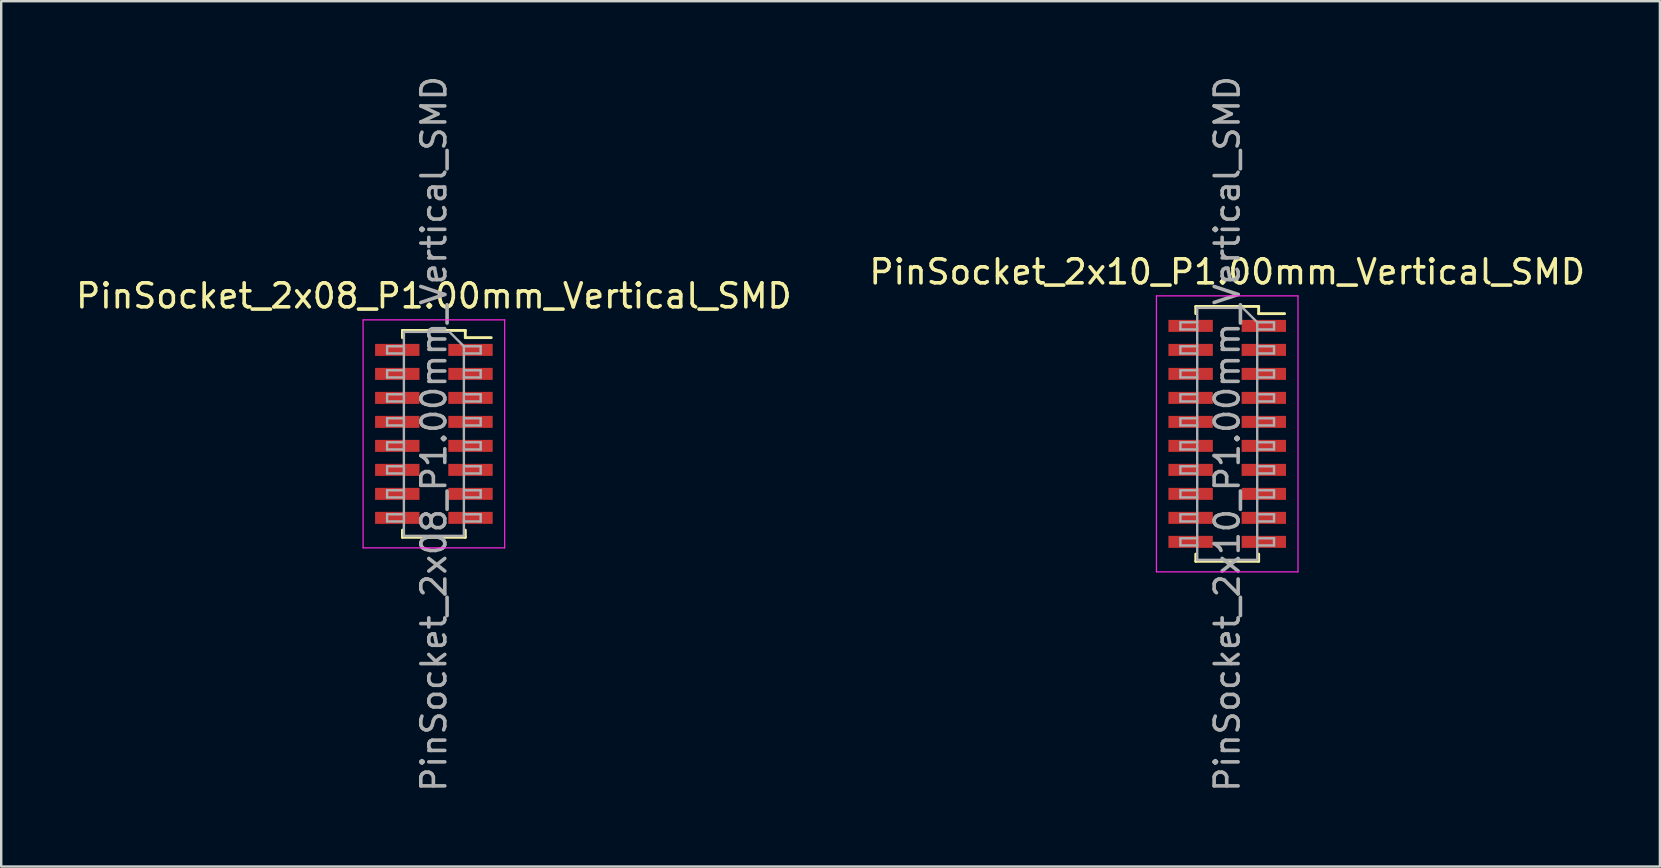
<source format=kicad_pcb>
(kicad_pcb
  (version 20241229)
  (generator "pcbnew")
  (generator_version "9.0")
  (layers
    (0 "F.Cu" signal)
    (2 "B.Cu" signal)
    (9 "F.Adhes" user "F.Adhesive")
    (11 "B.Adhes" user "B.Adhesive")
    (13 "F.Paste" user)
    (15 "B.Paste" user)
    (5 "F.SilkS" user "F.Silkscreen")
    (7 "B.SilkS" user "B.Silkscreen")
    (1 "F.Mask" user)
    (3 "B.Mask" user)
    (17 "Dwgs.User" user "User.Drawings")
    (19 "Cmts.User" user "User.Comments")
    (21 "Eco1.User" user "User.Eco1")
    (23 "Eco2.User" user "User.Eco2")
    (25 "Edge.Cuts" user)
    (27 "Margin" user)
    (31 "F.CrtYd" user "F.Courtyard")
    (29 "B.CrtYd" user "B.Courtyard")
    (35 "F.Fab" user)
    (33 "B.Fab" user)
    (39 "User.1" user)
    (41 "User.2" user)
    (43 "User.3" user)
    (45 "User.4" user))
  (footprint "PinSocket_2x10_P1.00mm_Vertical_SMD"
    (layer "F.Cu")
    (at 48.089 15.03)
    (property "Reference" "PinSocket_2x10_P1.00mm_Vertical_SMD" (at 0 -6.75 0) (layer "F.SilkS") (effects (font (size 1 1) (thickness 0.15))))
    (attr smd)
    (fp_line (start -1.31 -5.31) (end -1.31 -5.01) (stroke (width 0.12) (type solid)) (layer "F.SilkS"))
    (fp_line (start -1.31 -5.31) (end 1.31 -5.31) (stroke (width 0.12) (type solid)) (layer "F.SilkS"))
    (fp_line (start -1.31 5.01) (end -1.31 5.31) (stroke (width 0.12) (type solid)) (layer "F.SilkS"))
    (fp_line (start -1.31 5.31) (end 1.31 5.31) (stroke (width 0.12) (type solid)) (layer "F.SilkS"))
    (fp_line (start 1.31 -5.31) (end 1.31 -5.01) (stroke (width 0.12) (type solid)) (layer "F.SilkS"))
    (fp_line (start 1.31 -5.01) (end 2.39 -5.01) (stroke (width 0.12) (type solid)) (layer "F.SilkS"))
    (fp_line (start 1.31 5.01) (end 1.31 5.31) (stroke (width 0.12) (type solid)) (layer "F.SilkS"))
    (fp_line (start -2.95 -5.75) (end 2.95 -5.75) (stroke (width 0.05) (type solid)) (layer "F.CrtYd"))
    (fp_line (start -2.95 5.75) (end -2.95 -5.75) (stroke (width 0.05) (type solid)) (layer "F.CrtYd"))
    (fp_line (start 2.95 -5.75) (end 2.95 5.75) (stroke (width 0.05) (type solid)) (layer "F.CrtYd"))
    (fp_line (start 2.95 5.75) (end -2.95 5.75) (stroke (width 0.05) (type solid)) (layer "F.CrtYd"))
    (fp_line (start -1.95 -4.65) (end -1.25 -4.65) (stroke (width 0.1) (type solid)) (layer "F.Fab"))
    (fp_line (start -1.95 -4.35) (end -1.95 -4.65) (stroke (width 0.1) (type solid)) (layer "F.Fab"))
    (fp_line (start -1.95 -3.65) (end -1.25 -3.65) (stroke (width 0.1) (type solid)) (layer "F.Fab"))
    (fp_line (start -1.95 -3.35) (end -1.95 -3.65) (stroke (width 0.1) (type solid)) (layer "F.Fab"))
    (fp_line (start -1.95 -2.65) (end -1.25 -2.65) (stroke (width 0.1) (type solid)) (layer "F.Fab"))
    (fp_line (start -1.95 -2.35) (end -1.95 -2.65) (stroke (width 0.1) (type solid)) (layer "F.Fab"))
    (fp_line (start -1.95 -1.65) (end -1.25 -1.65) (stroke (width 0.1) (type solid)) (layer "F.Fab"))
    (fp_line (start -1.95 -1.35) (end -1.95 -1.65) (stroke (width 0.1) (type solid)) (layer "F.Fab"))
    (fp_line (start -1.95 -0.65) (end -1.25 -0.65) (stroke (width 0.1) (type solid)) (layer "F.Fab"))
    (fp_line (start -1.95 -0.35) (end -1.95 -0.65) (stroke (width 0.1) (type solid)) (layer "F.Fab"))
    (fp_line (start -1.95 0.35) (end -1.25 0.35) (stroke (width 0.1) (type solid)) (layer "F.Fab"))
    (fp_line (start -1.95 0.65) (end -1.95 0.35) (stroke (width 0.1) (type solid)) (layer "F.Fab"))
    (fp_line (start -1.95 1.35) (end -1.25 1.35) (stroke (width 0.1) (type solid)) (layer "F.Fab"))
    (fp_line (start -1.95 1.65) (end -1.95 1.35) (stroke (width 0.1) (type solid)) (layer "F.Fab"))
    (fp_line (start -1.95 2.35) (end -1.25 2.35) (stroke (width 0.1) (type solid)) (layer "F.Fab"))
    (fp_line (start -1.95 2.65) (end -1.95 2.35) (stroke (width 0.1) (type solid)) (layer "F.Fab"))
    (fp_line (start -1.95 3.35) (end -1.25 3.35) (stroke (width 0.1) (type solid)) (layer "F.Fab"))
    (fp_line (start -1.95 3.65) (end -1.95 3.35) (stroke (width 0.1) (type solid)) (layer "F.Fab"))
    (fp_line (start -1.95 4.35) (end -1.25 4.35) (stroke (width 0.1) (type solid)) (layer "F.Fab"))
    (fp_line (start -1.95 4.65) (end -1.95 4.35) (stroke (width 0.1) (type solid)) (layer "F.Fab"))
    (fp_line (start -1.25 -5.25) (end 0.65 -5.25) (stroke (width 0.1) (type solid)) (layer "F.Fab"))
    (fp_line (start -1.25 -4.35) (end -1.95 -4.35) (stroke (width 0.1) (type solid)) (layer "F.Fab"))
    (fp_line (start -1.25 -3.35) (end -1.95 -3.35) (stroke (width 0.1) (type solid)) (layer "F.Fab"))
    (fp_line (start -1.25 -2.35) (end -1.95 -2.35) (stroke (width 0.1) (type solid)) (layer "F.Fab"))
    (fp_line (start -1.25 -1.35) (end -1.95 -1.35) (stroke (width 0.1) (type solid)) (layer "F.Fab"))
    (fp_line (start -1.25 -0.35) (end -1.95 -0.35) (stroke (width 0.1) (type solid)) (layer "F.Fab"))
    (fp_line (start -1.25 0.65) (end -1.95 0.65) (stroke (width 0.1) (type solid)) (layer "F.Fab"))
    (fp_line (start -1.25 1.65) (end -1.95 1.65) (stroke (width 0.1) (type solid)) (layer "F.Fab"))
    (fp_line (start -1.25 2.65) (end -1.95 2.65) (stroke (width 0.1) (type solid)) (layer "F.Fab"))
    (fp_line (start -1.25 3.65) (end -1.95 3.65) (stroke (width 0.1) (type solid)) (layer "F.Fab"))
    (fp_line (start -1.25 4.65) (end -1.95 4.65) (stroke (width 0.1) (type solid)) (layer "F.Fab"))
    (fp_line (start -1.25 5.25) (end -1.25 -5.25) (stroke (width 0.1) (type solid)) (layer "F.Fab"))
    (fp_line (start 0.65 -5.25) (end 1.25 -4.65) (stroke (width 0.1) (type solid)) (layer "F.Fab"))
    (fp_line (start 1.25 -4.65) (end 1.25 5.25) (stroke (width 0.1) (type solid)) (layer "F.Fab"))
    (fp_line (start 1.25 -4.65) (end 1.95 -4.65) (stroke (width 0.1) (type solid)) (layer "F.Fab"))
    (fp_line (start 1.25 -3.65) (end 1.95 -3.65) (stroke (width 0.1) (type solid)) (layer "F.Fab"))
    (fp_line (start 1.25 -2.65) (end 1.95 -2.65) (stroke (width 0.1) (type solid)) (layer "F.Fab"))
    (fp_line (start 1.25 -1.65) (end 1.95 -1.65) (stroke (width 0.1) (type solid)) (layer "F.Fab"))
    (fp_line (start 1.25 -0.65) (end 1.95 -0.65) (stroke (width 0.1) (type solid)) (layer "F.Fab"))
    (fp_line (start 1.25 0.35) (end 1.95 0.35) (stroke (width 0.1) (type solid)) (layer "F.Fab"))
    (fp_line (start 1.25 1.35) (end 1.95 1.35) (stroke (width 0.1) (type solid)) (layer "F.Fab"))
    (fp_line (start 1.25 2.35) (end 1.95 2.35) (stroke (width 0.1) (type solid)) (layer "F.Fab"))
    (fp_line (start 1.25 3.35) (end 1.95 3.35) (stroke (width 0.1) (type solid)) (layer "F.Fab"))
    (fp_line (start 1.25 4.35) (end 1.95 4.35) (stroke (width 0.1) (type solid)) (layer "F.Fab"))
    (fp_line (start 1.25 5.25) (end -1.25 5.25) (stroke (width 0.1) (type solid)) (layer "F.Fab"))
    (fp_line (start 1.95 -4.65) (end 1.95 -4.35) (stroke (width 0.1) (type solid)) (layer "F.Fab"))
    (fp_line (start 1.95 -4.35) (end 1.25 -4.35) (stroke (width 0.1) (type solid)) (layer "F.Fab"))
    (fp_line (start 1.95 -3.65) (end 1.95 -3.35) (stroke (width 0.1) (type solid)) (layer "F.Fab"))
    (fp_line (start 1.95 -3.35) (end 1.25 -3.35) (stroke (width 0.1) (type solid)) (layer "F.Fab"))
    (fp_line (start 1.95 -2.65) (end 1.95 -2.35) (stroke (width 0.1) (type solid)) (layer "F.Fab"))
    (fp_line (start 1.95 -2.35) (end 1.25 -2.35) (stroke (width 0.1) (type solid)) (layer "F.Fab"))
    (fp_line (start 1.95 -1.65) (end 1.95 -1.35) (stroke (width 0.1) (type solid)) (layer "F.Fab"))
    (fp_line (start 1.95 -1.35) (end 1.25 -1.35) (stroke (width 0.1) (type solid)) (layer "F.Fab"))
    (fp_line (start 1.95 -0.65) (end 1.95 -0.35) (stroke (width 0.1) (type solid)) (layer "F.Fab"))
    (fp_line (start 1.95 -0.35) (end 1.25 -0.35) (stroke (width 0.1) (type solid)) (layer "F.Fab"))
    (fp_line (start 1.95 0.35) (end 1.95 0.65) (stroke (width 0.1) (type solid)) (layer "F.Fab"))
    (fp_line (start 1.95 0.65) (end 1.25 0.65) (stroke (width 0.1) (type solid)) (layer "F.Fab"))
    (fp_line (start 1.95 1.35) (end 1.95 1.65) (stroke (width 0.1) (type solid)) (layer "F.Fab"))
    (fp_line (start 1.95 1.65) (end 1.25 1.65) (stroke (width 0.1) (type solid)) (layer "F.Fab"))
    (fp_line (start 1.95 2.35) (end 1.95 2.65) (stroke (width 0.1) (type solid)) (layer "F.Fab"))
    (fp_line (start 1.95 2.65) (end 1.25 2.65) (stroke (width 0.1) (type solid)) (layer "F.Fab"))
    (fp_line (start 1.95 3.35) (end 1.95 3.65) (stroke (width 0.1) (type solid)) (layer "F.Fab"))
    (fp_line (start 1.95 3.65) (end 1.25 3.65) (stroke (width 0.1) (type solid)) (layer "F.Fab"))
    (fp_line (start 1.95 4.35) (end 1.95 4.65) (stroke (width 0.1) (type solid)) (layer "F.Fab"))
    (fp_line (start 1.95 4.65) (end 1.25 4.65) (stroke (width 0.1) (type solid)) (layer "F.Fab"))
    (fp_text user "${REFERENCE}" (at 0 0 90) (layer "F.Fab") (effects (font (size 1 1) (thickness 0.15))))
    (pad "1" smd rect (at 1.525 -4.5) (size 1.85 0.5) (layers "F.Cu" "F.Mask" "F.Paste"))
    (pad "2" smd rect (at -1.525 -4.5) (size 1.85 0.5) (layers "F.Cu" "F.Mask" "F.Paste"))
    (pad "3" smd rect (at 1.525 -3.5) (size 1.85 0.5) (layers "F.Cu" "F.Mask" "F.Paste"))
    (pad "4" smd rect (at -1.525 -3.5) (size 1.85 0.5) (layers "F.Cu" "F.Mask" "F.Paste"))
    (pad "5" smd rect (at 1.525 -2.5) (size 1.85 0.5) (layers "F.Cu" "F.Mask" "F.Paste"))
    (pad "6" smd rect (at -1.525 -2.5) (size 1.85 0.5) (layers "F.Cu" "F.Mask" "F.Paste"))
    (pad "7" smd rect (at 1.525 -1.5) (size 1.85 0.5) (layers "F.Cu" "F.Mask" "F.Paste"))
    (pad "8" smd rect (at -1.525 -1.5) (size 1.85 0.5) (layers "F.Cu" "F.Mask" "F.Paste"))
    (pad "9" smd rect (at 1.525 -0.5) (size 1.85 0.5) (layers "F.Cu" "F.Mask" "F.Paste"))
    (pad "10" smd rect (at -1.525 -0.5) (size 1.85 0.5) (layers "F.Cu" "F.Mask" "F.Paste"))
    (pad "11" smd rect (at 1.525 0.5) (size 1.85 0.5) (layers "F.Cu" "F.Mask" "F.Paste"))
    (pad "12" smd rect (at -1.525 0.5) (size 1.85 0.5) (layers "F.Cu" "F.Mask" "F.Paste"))
    (pad "13" smd rect (at 1.525 1.5) (size 1.85 0.5) (layers "F.Cu" "F.Mask" "F.Paste"))
    (pad "14" smd rect (at -1.525 1.5) (size 1.85 0.5) (layers "F.Cu" "F.Mask" "F.Paste"))
    (pad "15" smd rect (at 1.525 2.5) (size 1.85 0.5) (layers "F.Cu" "F.Mask" "F.Paste"))
    (pad "16" smd rect (at -1.525 2.5) (size 1.85 0.5) (layers "F.Cu" "F.Mask" "F.Paste"))
    (pad "17" smd rect (at 1.525 3.5) (size 1.85 0.5) (layers "F.Cu" "F.Mask" "F.Paste"))
    (pad "18" smd rect (at -1.525 3.5) (size 1.85 0.5) (layers "F.Cu" "F.Mask" "F.Paste"))
    (pad "19" smd rect (at 1.525 4.5) (size 1.85 0.5) (layers "F.Cu" "F.Mask" "F.Paste"))
    (pad "20" smd rect (at -1.525 4.5) (size 1.85 0.5) (layers "F.Cu" "F.Mask" "F.Paste")))
  (footprint "PinSocket_2x08_P1.00mm_Vertical_SMD"
    (layer "F.Cu")
    (at 15.03 15.03)
    (property "Reference" "PinSocket_2x08_P1.00mm_Vertical_SMD" (at 0 -5.75 0) (layer "F.SilkS") (effects (font (size 1 1) (thickness 0.15))))
    (attr smd)
    (fp_line (start -1.31 -4.31) (end -1.31 -4.01) (stroke (width 0.12) (type solid)) (layer "F.SilkS"))
    (fp_line (start -1.31 -4.31) (end 1.31 -4.31) (stroke (width 0.12) (type solid)) (layer "F.SilkS"))
    (fp_line (start -1.31 4.01) (end -1.31 4.31) (stroke (width 0.12) (type solid)) (layer "F.SilkS"))
    (fp_line (start -1.31 4.31) (end 1.31 4.31) (stroke (width 0.12) (type solid)) (layer "F.SilkS"))
    (fp_line (start 1.31 -4.31) (end 1.31 -4.01) (stroke (width 0.12) (type solid)) (layer "F.SilkS"))
    (fp_line (start 1.31 -4.01) (end 2.39 -4.01) (stroke (width 0.12) (type solid)) (layer "F.SilkS"))
    (fp_line (start 1.31 4.01) (end 1.31 4.31) (stroke (width 0.12) (type solid)) (layer "F.SilkS"))
    (fp_line (start -2.95 -4.75) (end 2.95 -4.75) (stroke (width 0.05) (type solid)) (layer "F.CrtYd"))
    (fp_line (start -2.95 4.75) (end -2.95 -4.75) (stroke (width 0.05) (type solid)) (layer "F.CrtYd"))
    (fp_line (start 2.95 -4.75) (end 2.95 4.75) (stroke (width 0.05) (type solid)) (layer "F.CrtYd"))
    (fp_line (start 2.95 4.75) (end -2.95 4.75) (stroke (width 0.05) (type solid)) (layer "F.CrtYd"))
    (fp_line (start -1.95 -3.65) (end -1.25 -3.65) (stroke (width 0.1) (type solid)) (layer "F.Fab"))
    (fp_line (start -1.95 -3.35) (end -1.95 -3.65) (stroke (width 0.1) (type solid)) (layer "F.Fab"))
    (fp_line (start -1.95 -2.65) (end -1.25 -2.65) (stroke (width 0.1) (type solid)) (layer "F.Fab"))
    (fp_line (start -1.95 -2.35) (end -1.95 -2.65) (stroke (width 0.1) (type solid)) (layer "F.Fab"))
    (fp_line (start -1.95 -1.65) (end -1.25 -1.65) (stroke (width 0.1) (type solid)) (layer "F.Fab"))
    (fp_line (start -1.95 -1.35) (end -1.95 -1.65) (stroke (width 0.1) (type solid)) (layer "F.Fab"))
    (fp_line (start -1.95 -0.65) (end -1.25 -0.65) (stroke (width 0.1) (type solid)) (layer "F.Fab"))
    (fp_line (start -1.95 -0.35) (end -1.95 -0.65) (stroke (width 0.1) (type solid)) (layer "F.Fab"))
    (fp_line (start -1.95 0.35) (end -1.25 0.35) (stroke (width 0.1) (type solid)) (layer "F.Fab"))
    (fp_line (start -1.95 0.65) (end -1.95 0.35) (stroke (width 0.1) (type solid)) (layer "F.Fab"))
    (fp_line (start -1.95 1.35) (end -1.25 1.35) (stroke (width 0.1) (type solid)) (layer "F.Fab"))
    (fp_line (start -1.95 1.65) (end -1.95 1.35) (stroke (width 0.1) (type solid)) (layer "F.Fab"))
    (fp_line (start -1.95 2.35) (end -1.25 2.35) (stroke (width 0.1) (type solid)) (layer "F.Fab"))
    (fp_line (start -1.95 2.65) (end -1.95 2.35) (stroke (width 0.1) (type solid)) (layer "F.Fab"))
    (fp_line (start -1.95 3.35) (end -1.25 3.35) (stroke (width 0.1) (type solid)) (layer "F.Fab"))
    (fp_line (start -1.95 3.65) (end -1.95 3.35) (stroke (width 0.1) (type solid)) (layer "F.Fab"))
    (fp_line (start -1.25 -4.25) (end 0.65 -4.25) (stroke (width 0.1) (type solid)) (layer "F.Fab"))
    (fp_line (start -1.25 -3.35) (end -1.95 -3.35) (stroke (width 0.1) (type solid)) (layer "F.Fab"))
    (fp_line (start -1.25 -2.35) (end -1.95 -2.35) (stroke (width 0.1) (type solid)) (layer "F.Fab"))
    (fp_line (start -1.25 -1.35) (end -1.95 -1.35) (stroke (width 0.1) (type solid)) (layer "F.Fab"))
    (fp_line (start -1.25 -0.35) (end -1.95 -0.35) (stroke (width 0.1) (type solid)) (layer "F.Fab"))
    (fp_line (start -1.25 0.65) (end -1.95 0.65) (stroke (width 0.1) (type solid)) (layer "F.Fab"))
    (fp_line (start -1.25 1.65) (end -1.95 1.65) (stroke (width 0.1) (type solid)) (layer "F.Fab"))
    (fp_line (start -1.25 2.65) (end -1.95 2.65) (stroke (width 0.1) (type solid)) (layer "F.Fab"))
    (fp_line (start -1.25 3.65) (end -1.95 3.65) (stroke (width 0.1) (type solid)) (layer "F.Fab"))
    (fp_line (start -1.25 4.25) (end -1.25 -4.25) (stroke (width 0.1) (type solid)) (layer "F.Fab"))
    (fp_line (start 0.65 -4.25) (end 1.25 -3.65) (stroke (width 0.1) (type solid)) (layer "F.Fab"))
    (fp_line (start 1.25 -3.65) (end 1.25 4.25) (stroke (width 0.1) (type solid)) (layer "F.Fab"))
    (fp_line (start 1.25 -3.65) (end 1.95 -3.65) (stroke (width 0.1) (type solid)) (layer "F.Fab"))
    (fp_line (start 1.25 -2.65) (end 1.95 -2.65) (stroke (width 0.1) (type solid)) (layer "F.Fab"))
    (fp_line (start 1.25 -1.65) (end 1.95 -1.65) (stroke (width 0.1) (type solid)) (layer "F.Fab"))
    (fp_line (start 1.25 -0.65) (end 1.95 -0.65) (stroke (width 0.1) (type solid)) (layer "F.Fab"))
    (fp_line (start 1.25 0.35) (end 1.95 0.35) (stroke (width 0.1) (type solid)) (layer "F.Fab"))
    (fp_line (start 1.25 1.35) (end 1.95 1.35) (stroke (width 0.1) (type solid)) (layer "F.Fab"))
    (fp_line (start 1.25 2.35) (end 1.95 2.35) (stroke (width 0.1) (type solid)) (layer "F.Fab"))
    (fp_line (start 1.25 3.35) (end 1.95 3.35) (stroke (width 0.1) (type solid)) (layer "F.Fab"))
    (fp_line (start 1.25 4.25) (end -1.25 4.25) (stroke (width 0.1) (type solid)) (layer "F.Fab"))
    (fp_line (start 1.95 -3.65) (end 1.95 -3.35) (stroke (width 0.1) (type solid)) (layer "F.Fab"))
    (fp_line (start 1.95 -3.35) (end 1.25 -3.35) (stroke (width 0.1) (type solid)) (layer "F.Fab"))
    (fp_line (start 1.95 -2.65) (end 1.95 -2.35) (stroke (width 0.1) (type solid)) (layer "F.Fab"))
    (fp_line (start 1.95 -2.35) (end 1.25 -2.35) (stroke (width 0.1) (type solid)) (layer "F.Fab"))
    (fp_line (start 1.95 -1.65) (end 1.95 -1.35) (stroke (width 0.1) (type solid)) (layer "F.Fab"))
    (fp_line (start 1.95 -1.35) (end 1.25 -1.35) (stroke (width 0.1) (type solid)) (layer "F.Fab"))
    (fp_line (start 1.95 -0.65) (end 1.95 -0.35) (stroke (width 0.1) (type solid)) (layer "F.Fab"))
    (fp_line (start 1.95 -0.35) (end 1.25 -0.35) (stroke (width 0.1) (type solid)) (layer "F.Fab"))
    (fp_line (start 1.95 0.35) (end 1.95 0.65) (stroke (width 0.1) (type solid)) (layer "F.Fab"))
    (fp_line (start 1.95 0.65) (end 1.25 0.65) (stroke (width 0.1) (type solid)) (layer "F.Fab"))
    (fp_line (start 1.95 1.35) (end 1.95 1.65) (stroke (width 0.1) (type solid)) (layer "F.Fab"))
    (fp_line (start 1.95 1.65) (end 1.25 1.65) (stroke (width 0.1) (type solid)) (layer "F.Fab"))
    (fp_line (start 1.95 2.35) (end 1.95 2.65) (stroke (width 0.1) (type solid)) (layer "F.Fab"))
    (fp_line (start 1.95 2.65) (end 1.25 2.65) (stroke (width 0.1) (type solid)) (layer "F.Fab"))
    (fp_line (start 1.95 3.35) (end 1.95 3.65) (stroke (width 0.1) (type solid)) (layer "F.Fab"))
    (fp_line (start 1.95 3.65) (end 1.25 3.65) (stroke (width 0.1) (type solid)) (layer "F.Fab"))
    (fp_text user "${REFERENCE}" (at 0 0 90) (layer "F.Fab") (effects (font (size 1 1) (thickness 0.15))))
    (pad "1" smd rect (at 1.525 -3.5) (size 1.85 0.5) (layers "F.Cu" "F.Mask" "F.Paste"))
    (pad "2" smd rect (at -1.525 -3.5) (size 1.85 0.5) (layers "F.Cu" "F.Mask" "F.Paste"))
    (pad "3" smd rect (at 1.525 -2.5) (size 1.85 0.5) (layers "F.Cu" "F.Mask" "F.Paste"))
    (pad "4" smd rect (at -1.525 -2.5) (size 1.85 0.5) (layers "F.Cu" "F.Mask" "F.Paste"))
    (pad "5" smd rect (at 1.525 -1.5) (size 1.85 0.5) (layers "F.Cu" "F.Mask" "F.Paste"))
    (pad "6" smd rect (at -1.525 -1.5) (size 1.85 0.5) (layers "F.Cu" "F.Mask" "F.Paste"))
    (pad "7" smd rect (at 1.525 -0.5) (size 1.85 0.5) (layers "F.Cu" "F.Mask" "F.Paste"))
    (pad "8" smd rect (at -1.525 -0.5) (size 1.85 0.5) (layers "F.Cu" "F.Mask" "F.Paste"))
    (pad "9" smd rect (at 1.525 0.5) (size 1.85 0.5) (layers "F.Cu" "F.Mask" "F.Paste"))
    (pad "10" smd rect (at -1.525 0.5) (size 1.85 0.5) (layers "F.Cu" "F.Mask" "F.Paste"))
    (pad "11" smd rect (at 1.525 1.5) (size 1.85 0.5) (layers "F.Cu" "F.Mask" "F.Paste"))
    (pad "12" smd rect (at -1.525 1.5) (size 1.85 0.5) (layers "F.Cu" "F.Mask" "F.Paste"))
    (pad "13" smd rect (at 1.525 2.5) (size 1.85 0.5) (layers "F.Cu" "F.Mask" "F.Paste"))
    (pad "14" smd rect (at -1.525 2.5) (size 1.85 0.5) (layers "F.Cu" "F.Mask" "F.Paste"))
    (pad "15" smd rect (at 1.525 3.5) (size 1.85 0.5) (layers "F.Cu" "F.Mask" "F.Paste"))
    (pad "16" smd rect (at -1.525 3.5) (size 1.85 0.5) (layers "F.Cu" "F.Mask" "F.Paste")))
  (gr_rect
    (start -3 -3)
    (end 66.119 33.06)
    (stroke (width 0.1) (type default))
    (fill no)
    (layer "Edge.Cuts")))
</source>
